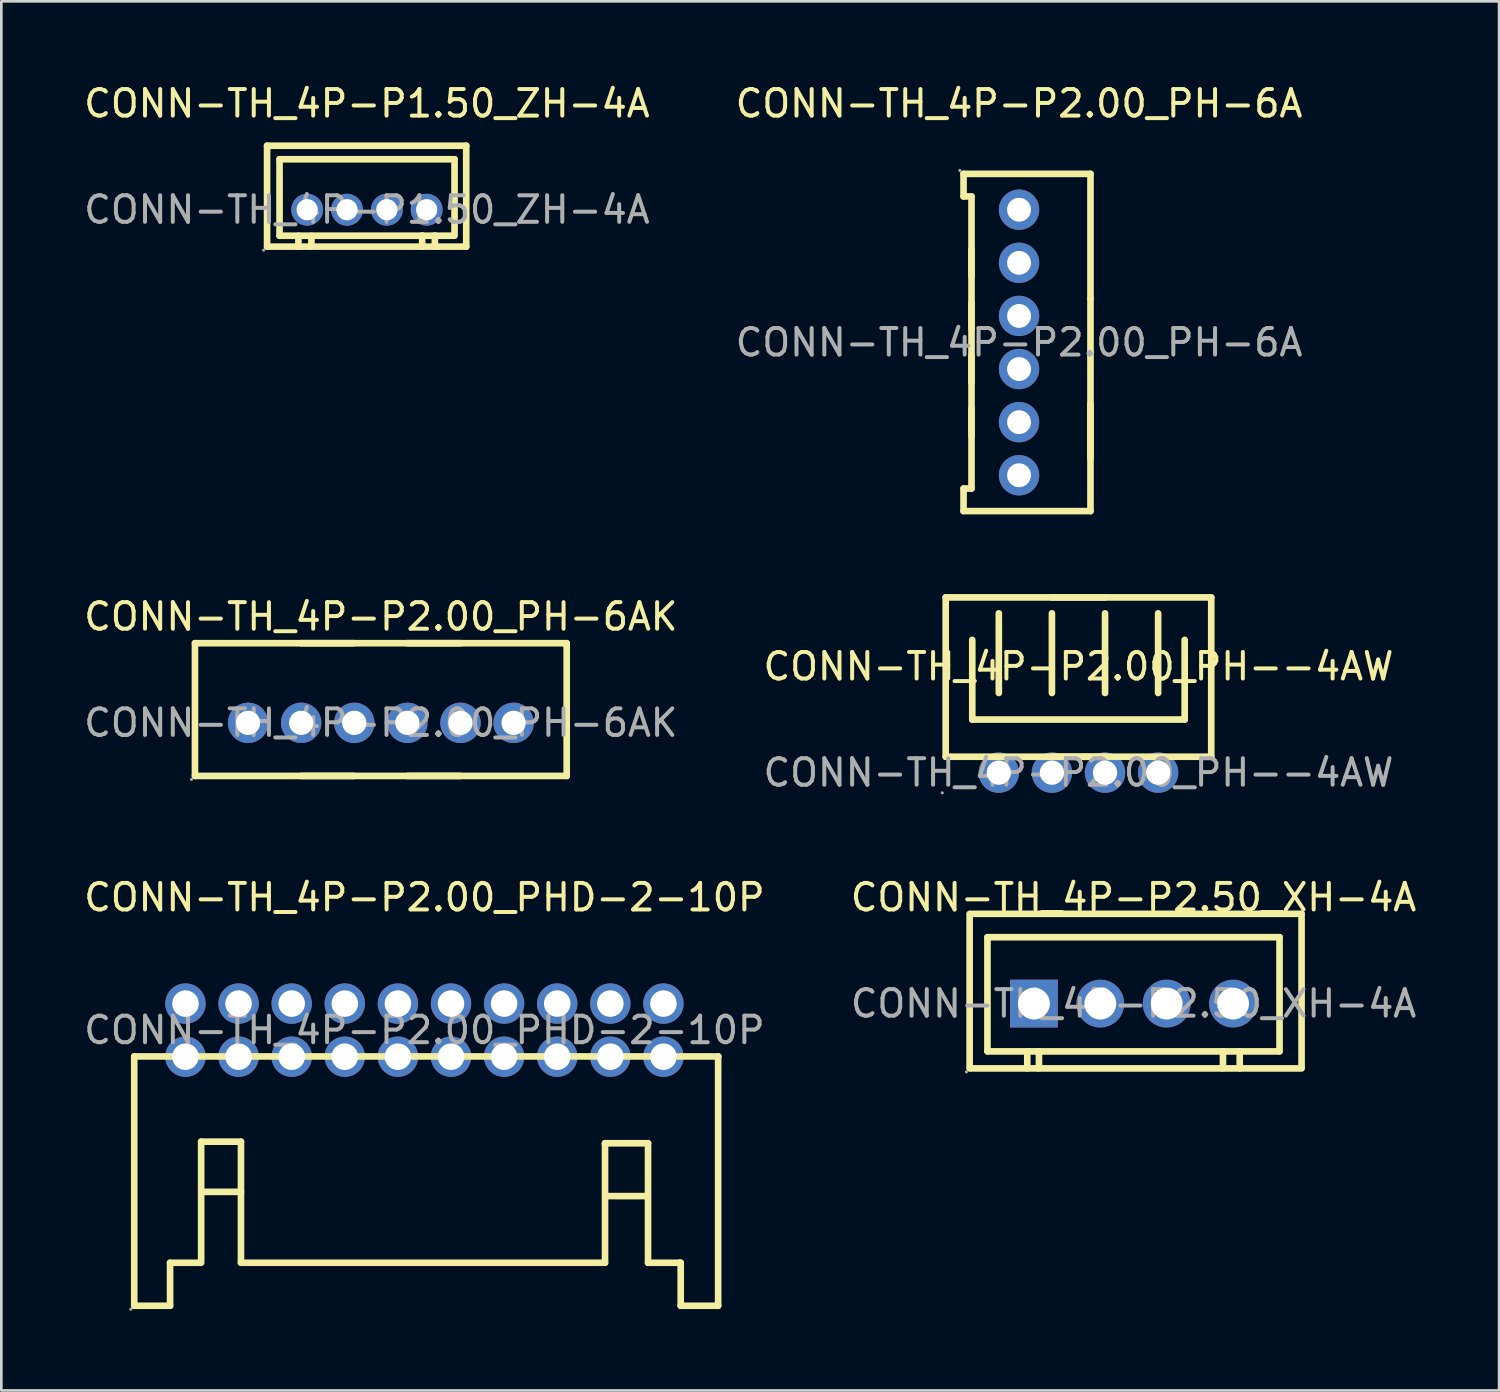
<source format=kicad_pcb>
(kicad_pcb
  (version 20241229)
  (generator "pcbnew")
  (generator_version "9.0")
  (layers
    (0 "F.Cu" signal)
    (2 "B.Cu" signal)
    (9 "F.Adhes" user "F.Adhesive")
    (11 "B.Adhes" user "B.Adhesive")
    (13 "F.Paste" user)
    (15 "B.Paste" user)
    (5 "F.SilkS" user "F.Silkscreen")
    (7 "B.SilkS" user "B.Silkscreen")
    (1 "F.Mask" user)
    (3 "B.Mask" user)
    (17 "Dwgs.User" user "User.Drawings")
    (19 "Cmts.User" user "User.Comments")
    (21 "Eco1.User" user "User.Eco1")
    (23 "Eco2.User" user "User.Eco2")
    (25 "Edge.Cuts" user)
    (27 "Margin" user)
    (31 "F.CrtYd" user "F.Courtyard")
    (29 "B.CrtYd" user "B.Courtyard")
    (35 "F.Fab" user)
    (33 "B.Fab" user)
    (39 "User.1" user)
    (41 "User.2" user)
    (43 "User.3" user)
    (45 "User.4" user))
  (footprint "CONN-TH_4P-P2.00_PH--4AW"
    (layer "F.Cu")
    (at 37.565 26.048)
    (property "Reference" "CONN-TH_4P-P2.00_PH--4AW" (at 0 -4 0) (layer "F.SilkS") (effects (font (size 1 1) (thickness 0.15))))
    (attr through_hole)
    (fp_line (start -5 -6.6) (end 1 -6.6) (stroke (width 0.25) (type solid)) (layer "F.SilkS"))
    (fp_line (start -5 -0.6) (end -5 -6.6) (stroke (width 0.25) (type solid)) (layer "F.SilkS"))
    (fp_line (start -5 -0.6) (end 1 -0.6) (stroke (width 0.25) (type solid)) (layer "F.SilkS"))
    (fp_line (start -4 -5) (end -4 -2) (stroke (width 0.25) (type solid)) (layer "F.SilkS"))
    (fp_line (start -4 -2) (end 4 -2) (stroke (width 0.25) (type solid)) (layer "F.SilkS"))
    (fp_line (start -3 -3) (end -3 -6) (stroke (width 0.25) (type solid)) (layer "F.SilkS"))
    (fp_line (start -1 -6.6) (end 5 -6.6) (stroke (width 0.25) (type solid)) (layer "F.SilkS"))
    (fp_line (start -1 -6) (end -1 -3) (stroke (width 0.25) (type solid)) (layer "F.SilkS"))
    (fp_line (start -1 -0.6) (end 5 -0.6) (stroke (width 0.25) (type solid)) (layer "F.SilkS"))
    (fp_line (start 1 -3) (end 1 -6) (stroke (width 0.25) (type solid)) (layer "F.SilkS"))
    (fp_line (start 3 -6) (end 3 -3) (stroke (width 0.25) (type solid)) (layer "F.SilkS"))
    (fp_line (start 4 -2) (end 4 -5) (stroke (width 0.25) (type solid)) (layer "F.SilkS"))
    (fp_line (start 5 -0.6) (end 5 -6.6) (stroke (width 0.25) (type solid)) (layer "F.SilkS"))
    (fp_circle (center -5.13 0.76) (end -5.1 0.76) (stroke (width 0.06) (type solid)) (fill no) (layer "F.Fab"))
    (fp_circle (center -3 0) (end -2.82 0) (stroke (width 0.36) (type solid)) (fill no) (layer "F.Fab"))
    (fp_circle (center -1 0) (end -0.82 0) (stroke (width 0.36) (type solid)) (fill no) (layer "F.Fab"))
    (fp_circle (center 1 0) (end 1.18 0) (stroke (width 0.36) (type solid)) (fill no) (layer "F.Fab"))
    (fp_circle (center 3 0) (end 3.18 0) (stroke (width 0.36) (type solid)) (fill no) (layer "F.Fab"))
    (fp_text user "${REFERENCE}" (at 0 0 0) (layer "F.Fab") (effects (font (size 1 1) (thickness 0.15))))
    (pad "1" thru_hole circle (at -3 0) (size 1.52 1.52) (drill 0.914) (layers "*.Cu" "*.Paste" "*.Mask"))
    (pad "2" thru_hole circle (at -1 0) (size 1.52 1.52) (drill 0.914) (layers "*.Cu" "*.Paste" "*.Mask"))
    (pad "3" thru_hole circle (at 1 0) (size 1.52 1.52) (drill 0.914) (layers "*.Cu" "*.Paste" "*.Mask"))
    (pad "4" thru_hole circle (at 3 0) (size 1.52 1.52) (drill 0.914) (layers "*.Cu" "*.Paste" "*.Mask")))
  (footprint "CONN-TH_4P-P2.50_XH-4A"
    (layer "F.Cu")
    (at 39.637 34.745)
    (property "Reference" "CONN-TH_4P-P2.50_XH-4A" (at 0 -4 0) (layer "F.SilkS") (effects (font (size 1 1) (thickness 0.15))))
    (attr through_hole)
    (fp_line (start -6.17 -3.37) (end -6.17 2.43) (stroke (width 0.25) (type solid)) (layer "F.SilkS"))
    (fp_line (start -6.16 -3.38) (end 6.33 -3.38) (stroke (width 0.25) (type solid)) (layer "F.SilkS"))
    (fp_line (start -6.16 2.44) (end 6.33 2.44) (stroke (width 0.25) (type solid)) (layer "F.SilkS"))
    (fp_line (start -5.5 -2.5) (end -5.5 1.8) (stroke (width 0.25) (type solid)) (layer "F.SilkS"))
    (fp_line (start -5.5 1.8) (end 5.5 1.8) (stroke (width 0.25) (type solid)) (layer "F.SilkS"))
    (fp_line (start -4 1.8) (end -4 2.44) (stroke (width 0.25) (type solid)) (layer "F.SilkS"))
    (fp_line (start -3.56 1.8) (end -3.56 2.44) (stroke (width 0.25) (type solid)) (layer "F.SilkS"))
    (fp_line (start 3.37 1.8) (end 3.37 2.44) (stroke (width 0.25) (type solid)) (layer "F.SilkS"))
    (fp_line (start 4 1.8) (end 4 2.44) (stroke (width 0.25) (type solid)) (layer "F.SilkS"))
    (fp_line (start 5.5 -2.5) (end -5.5 -2.5) (stroke (width 0.25) (type solid)) (layer "F.SilkS"))
    (fp_line (start 5.5 1.8) (end 5.5 -2.5) (stroke (width 0.25) (type solid)) (layer "F.SilkS"))
    (fp_line (start 6.33 -3.38) (end 6.33 2.41) (stroke (width 0.25) (type solid)) (layer "F.SilkS"))
    (fp_circle (center -6.29 2.57) (end -6.26 2.57) (stroke (width 0.06) (type solid)) (fill no) (layer "F.Fab"))
    (fp_circle (center -3.75 0) (end -3.5 0) (stroke (width 0.5) (type solid)) (fill no) (layer "F.Fab"))
    (fp_circle (center -1.25 0) (end -1 0) (stroke (width 0.5) (type solid)) (fill no) (layer "F.Fab"))
    (fp_circle (center 1.25 0) (end 1.5 0) (stroke (width 0.5) (type solid)) (fill no) (layer "F.Fab"))
    (fp_circle (center 3.75 0) (end 4 0) (stroke (width 0.5) (type solid)) (fill no) (layer "F.Fab"))
    (fp_text user "${REFERENCE}" (at 0 0 0) (layer "F.Fab") (effects (font (size 1 1) (thickness 0.15))))
    (pad "1" thru_hole rect (at -3.75 0) (size 1.8 1.8) (drill 1.199) (layers "*.Cu" "*.Paste" "*.Mask"))
    (pad "2" thru_hole circle (at -1.25 0) (size 1.8 1.8) (drill 1.199) (layers "*.Cu" "*.Paste" "*.Mask"))
    (pad "3" thru_hole circle (at 1.25 0) (size 1.8 1.8) (drill 1.199) (layers "*.Cu" "*.Paste" "*.Mask"))
    (pad "4" thru_hole circle (at 3.75 0) (size 1.8 1.8) (drill 1.199) (layers "*.Cu" "*.Paste" "*.Mask")))
  (footprint "CONN-TH_4P-P2.00_PHD-2-10P"
    (layer "F.Cu")
    (at 12.935 35.745)
    (property "Reference" "CONN-TH_4P-P2.00_PHD-2-10P" (at 0 -5 0) (layer "F.SilkS") (effects (font (size 1 1) (thickness 0.15))))
    (attr through_hole)
    (fp_line (start -10.93 0.99) (end -10.93 10.38) (stroke (width 0.25) (type solid)) (layer "F.SilkS"))
    (fp_line (start -10.93 0.99) (end 11.07 0.99) (stroke (width 0.25) (type solid)) (layer "F.SilkS"))
    (fp_line (start -10.93 10.38) (end -9.58 10.38) (stroke (width 0.25) (type solid)) (layer "F.SilkS"))
    (fp_line (start -9.58 8.76) (end -8.44 8.76) (stroke (width 0.25) (type solid)) (layer "F.SilkS"))
    (fp_line (start -9.58 10.38) (end -9.58 8.76) (stroke (width 0.25) (type solid)) (layer "F.SilkS"))
    (fp_line (start -8.41 4.2) (end -6.91 4.2) (stroke (width 0.25) (type solid)) (layer "F.SilkS"))
    (fp_line (start -8.41 6.09) (end -6.91 6.09) (stroke (width 0.25) (type solid)) (layer "F.SilkS"))
    (fp_line (start -8.41 8.76) (end -8.41 4.2) (stroke (width 0.25) (type solid)) (layer "F.SilkS"))
    (fp_line (start -6.91 4.2) (end -6.91 8.76) (stroke (width 0.25) (type solid)) (layer "F.SilkS"))
    (fp_line (start -6.91 8.76) (end 6.8 8.76) (stroke (width 0.25) (type solid)) (layer "F.SilkS"))
    (fp_line (start 6.8 4.26) (end 6.83 4.26) (stroke (width 0.25) (type solid)) (layer "F.SilkS"))
    (fp_line (start 6.8 4.29) (end 6.8 4.26) (stroke (width 0.25) (type solid)) (layer "F.SilkS"))
    (fp_line (start 6.8 8.76) (end 6.8 4.29) (stroke (width 0.25) (type solid)) (layer "F.SilkS"))
    (fp_line (start 6.83 4.26) (end 8.42 4.26) (stroke (width 0.25) (type solid)) (layer "F.SilkS"))
    (fp_line (start 6.85 6.25) (end 8.38 6.25) (stroke (width 0.25) (type solid)) (layer "F.SilkS"))
    (fp_line (start 8.42 4.26) (end 8.42 8.76) (stroke (width 0.25) (type solid)) (layer "F.SilkS"))
    (fp_line (start 8.42 8.76) (end 9.62 8.76) (stroke (width 0.25) (type solid)) (layer "F.SilkS"))
    (fp_line (start 9.62 8.76) (end 9.65 8.76) (stroke (width 0.25) (type solid)) (layer "F.SilkS"))
    (fp_line (start 9.65 8.76) (end 9.65 10.38) (stroke (width 0.25) (type solid)) (layer "F.SilkS"))
    (fp_line (start 9.65 10.38) (end 11 10.38) (stroke (width 0.25) (type solid)) (layer "F.SilkS"))
    (fp_line (start 11 10.38) (end 11.06 10.38) (stroke (width 0.25) (type solid)) (layer "F.SilkS"))
    (fp_line (start 11.06 0.99) (end 11.06 10.38) (stroke (width 0.25) (type solid)) (layer "F.SilkS"))
    (fp_circle (center -11.06 10.51) (end -11.03 10.51) (stroke (width 0.06) (type solid)) (fill no) (layer "F.Fab"))
    (fp_circle (center -9 -1) (end -8.8 -1) (stroke (width 0.4) (type solid)) (fill no) (layer "F.Fab"))
    (fp_circle (center -9 1) (end -8.8 1) (stroke (width 0.4) (type solid)) (fill no) (layer "F.Fab"))
    (fp_circle (center -7 -1) (end -6.8 -1) (stroke (width 0.4) (type solid)) (fill no) (layer "F.Fab"))
    (fp_circle (center -7 1) (end -6.8 1) (stroke (width 0.4) (type solid)) (fill no) (layer "F.Fab"))
    (fp_circle (center -5 -1) (end -4.8 -1) (stroke (width 0.4) (type solid)) (fill no) (layer "F.Fab"))
    (fp_circle (center -5 1) (end -4.8 1) (stroke (width 0.4) (type solid)) (fill no) (layer "F.Fab"))
    (fp_circle (center -3 -1) (end -2.8 -1) (stroke (width 0.4) (type solid)) (fill no) (layer "F.Fab"))
    (fp_circle (center -3 1) (end -2.8 1) (stroke (width 0.4) (type solid)) (fill no) (layer "F.Fab"))
    (fp_circle (center -1 -1) (end -0.8 -1) (stroke (width 0.4) (type solid)) (fill no) (layer "F.Fab"))
    (fp_circle (center -1 1) (end -0.8 1) (stroke (width 0.4) (type solid)) (fill no) (layer "F.Fab"))
    (fp_circle (center 1 -1) (end 1.2 -1) (stroke (width 0.4) (type solid)) (fill no) (layer "F.Fab"))
    (fp_circle (center 1 1) (end 1.2 1) (stroke (width 0.4) (type solid)) (fill no) (layer "F.Fab"))
    (fp_circle (center 3 -1) (end 3.2 -1) (stroke (width 0.4) (type solid)) (fill no) (layer "F.Fab"))
    (fp_circle (center 3 1) (end 3.2 1) (stroke (width 0.4) (type solid)) (fill no) (layer "F.Fab"))
    (fp_circle (center 5 -1) (end 5.2 -1) (stroke (width 0.4) (type solid)) (fill no) (layer "F.Fab"))
    (fp_circle (center 5 1) (end 5.2 1) (stroke (width 0.4) (type solid)) (fill no) (layer "F.Fab"))
    (fp_circle (center 7 -1) (end 7.2 -1) (stroke (width 0.4) (type solid)) (fill no) (layer "F.Fab"))
    (fp_circle (center 7 1) (end 7.2 1) (stroke (width 0.4) (type solid)) (fill no) (layer "F.Fab"))
    (fp_circle (center 9 -1) (end 9.2 -1) (stroke (width 0.4) (type solid)) (fill no) (layer "F.Fab"))
    (fp_circle (center 9 1) (end 9.2 1) (stroke (width 0.4) (type solid)) (fill no) (layer "F.Fab"))
    (fp_text user "${REFERENCE}" (at 0 0 0) (layer "F.Fab") (effects (font (size 1 1) (thickness 0.15))))
    (pad "1" thru_hole circle (at -9 1) (size 1.52 1.52) (drill 1) (layers "*.Cu" "*.Paste" "*.Mask"))
    (pad "2" thru_hole circle (at -9 -1) (size 1.52 1.52) (drill 1) (layers "*.Cu" "*.Paste" "*.Mask"))
    (pad "3" thru_hole circle (at -7 1) (size 1.52 1.52) (drill 1) (layers "*.Cu" "*.Paste" "*.Mask"))
    (pad "4" thru_hole circle (at -7 -1) (size 1.52 1.52) (drill 1) (layers "*.Cu" "*.Paste" "*.Mask"))
    (pad "5" thru_hole circle (at -5 1) (size 1.52 1.52) (drill 1) (layers "*.Cu" "*.Paste" "*.Mask"))
    (pad "6" thru_hole circle (at -5 -1) (size 1.52 1.52) (drill 1) (layers "*.Cu" "*.Paste" "*.Mask"))
    (pad "7" thru_hole circle (at -3 1) (size 1.52 1.52) (drill 1) (layers "*.Cu" "*.Paste" "*.Mask"))
    (pad "8" thru_hole circle (at -3 -1) (size 1.52 1.52) (drill 1) (layers "*.Cu" "*.Paste" "*.Mask"))
    (pad "9" thru_hole circle (at -1 1) (size 1.52 1.52) (drill 1) (layers "*.Cu" "*.Paste" "*.Mask"))
    (pad "10" thru_hole circle (at -1 -1) (size 1.52 1.52) (drill 1) (layers "*.Cu" "*.Paste" "*.Mask"))
    (pad "11" thru_hole circle (at 1 1) (size 1.52 1.52) (drill 1) (layers "*.Cu" "*.Paste" "*.Mask"))
    (pad "12" thru_hole circle (at 1 -1) (size 1.52 1.52) (drill 1) (layers "*.Cu" "*.Paste" "*.Mask"))
    (pad "13" thru_hole circle (at 3 1) (size 1.52 1.52) (drill 1) (layers "*.Cu" "*.Paste" "*.Mask"))
    (pad "14" thru_hole circle (at 3 -1) (size 1.52 1.52) (drill 1) (layers "*.Cu" "*.Paste" "*.Mask"))
    (pad "15" thru_hole circle (at 5 1) (size 1.52 1.52) (drill 1) (layers "*.Cu" "*.Paste" "*.Mask"))
    (pad "16" thru_hole circle (at 5 -1) (size 1.52 1.52) (drill 1) (layers "*.Cu" "*.Paste" "*.Mask"))
    (pad "17" thru_hole circle (at 7 1) (size 1.52 1.52) (drill 1) (layers "*.Cu" "*.Paste" "*.Mask"))
    (pad "18" thru_hole circle (at 7 -1) (size 1.52 1.52) (drill 1) (layers "*.Cu" "*.Paste" "*.Mask"))
    (pad "19" thru_hole circle (at 9 1) (size 1.52 1.52) (drill 1) (layers "*.Cu" "*.Paste" "*.Mask"))
    (pad "20" thru_hole circle (at 9 -1) (size 1.52 1.52) (drill 1) (layers "*.Cu" "*.Paste" "*.Mask")))
  (footprint "CONN-TH_4P-P2.00_PH-6A"
    (layer "F.Cu")
    (at 35.327 9.848)
    (property "Reference" "CONN-TH_4P-P2.00_PH-6A" (at 0 -9 0) (layer "F.SilkS") (effects (font (size 1 1) (thickness 0.15))))
    (attr through_hole)
    (fp_line (start -2.09 -6.35) (end -2.09 -5.5) (stroke (width 0.25) (type solid)) (layer "F.SilkS"))
    (fp_line (start -2.09 -5.5) (end -1.79 -5.5) (stroke (width 0.25) (type solid)) (layer "F.SilkS"))
    (fp_line (start -2.09 5.5) (end -2.09 6.35) (stroke (width 0.25) (type solid)) (layer "F.SilkS"))
    (fp_line (start -2.09 6.35) (end 2.69 6.35) (stroke (width 0.25) (type solid)) (layer "F.SilkS"))
    (fp_line (start -1.79 -5.5) (end -1.79 -2.5) (stroke (width 0.25) (type solid)) (layer "F.SilkS"))
    (fp_line (start -1.79 -0.5) (end -1.79 -3.5) (stroke (width 0.25) (type solid)) (layer "F.SilkS"))
    (fp_line (start -1.79 1.5) (end -1.79 -1.5) (stroke (width 0.25) (type solid)) (layer "F.SilkS"))
    (fp_line (start -1.79 2.5) (end -1.79 5.5) (stroke (width 0.25) (type solid)) (layer "F.SilkS"))
    (fp_line (start -1.79 3.5) (end -1.79 0.5) (stroke (width 0.25) (type solid)) (layer "F.SilkS"))
    (fp_line (start -1.79 5.5) (end -2.09 5.5) (stroke (width 0.25) (type solid)) (layer "F.SilkS"))
    (fp_line (start 2.69 -6.35) (end -2.09 -6.35) (stroke (width 0.25) (type solid)) (layer "F.SilkS"))
    (fp_line (start 2.69 -1.65) (end 2.69 -6.35) (stroke (width 0.25) (type solid)) (layer "F.SilkS"))
    (fp_line (start 2.69 0.35) (end 2.69 -1.65) (stroke (width 0.25) (type solid)) (layer "F.SilkS"))
    (fp_line (start 2.69 2.35) (end 2.69 0.35) (stroke (width 0.25) (type solid)) (layer "F.SilkS"))
    (fp_line (start 2.69 4.35) (end 2.69 2.35) (stroke (width 0.25) (type solid)) (layer "F.SilkS"))
    (fp_line (start 2.69 4.35) (end 2.69 2.35) (stroke (width 0.25) (type solid)) (layer "F.SilkS"))
    (fp_line (start 2.69 6.35) (end 2.69 4.35) (stroke (width 0.25) (type solid)) (layer "F.SilkS"))
    (fp_circle (center -2.23 -6.48) (end -2.2 -6.48) (stroke (width 0.06) (type solid)) (fill no) (layer "F.Fab"))
    (fp_circle (center 0 -5) (end 0.18 -5) (stroke (width 0.35) (type solid)) (fill no) (layer "F.Fab"))
    (fp_circle (center 0 -3) (end 0.18 -3) (stroke (width 0.35) (type solid)) (fill no) (layer "F.Fab"))
    (fp_circle (center 0 -1) (end 0.18 -1) (stroke (width 0.35) (type solid)) (fill no) (layer "F.Fab"))
    (fp_circle (center 0 1) (end 0.18 1) (stroke (width 0.35) (type solid)) (fill no) (layer "F.Fab"))
    (fp_circle (center 0 3) (end 0.18 3) (stroke (width 0.35) (type solid)) (fill no) (layer "F.Fab"))
    (fp_circle (center 0 5) (end 0.18 5) (stroke (width 0.35) (type solid)) (fill no) (layer "F.Fab"))
    (fp_text user "${REFERENCE}" (at 0 0 0) (layer "F.Fab") (effects (font (size 1 1) (thickness 0.15))))
    (pad "1" thru_hole circle (at 0 -5 270) (size 1.52 1.52) (drill 0.9) (layers "*.Cu" "*.Paste" "*.Mask"))
    (pad "2" thru_hole circle (at 0 -3 270) (size 1.52 1.52) (drill 0.9) (layers "*.Cu" "*.Paste" "*.Mask"))
    (pad "3" thru_hole circle (at 0 -1 270) (size 1.52 1.52) (drill 0.9) (layers "*.Cu" "*.Paste" "*.Mask"))
    (pad "4" thru_hole circle (at 0 1 270) (size 1.52 1.52) (drill 0.9) (layers "*.Cu" "*.Paste" "*.Mask"))
    (pad "5" thru_hole circle (at 0 3 270) (size 1.52 1.52) (drill 0.9) (layers "*.Cu" "*.Paste" "*.Mask"))
    (pad "6" thru_hole circle (at 0 5 270) (size 1.52 1.52) (drill 0.9) (layers "*.Cu" "*.Paste" "*.Mask")))
  (footprint "CONN-TH_4P-P2.00_PH-6AK"
    (layer "F.Cu")
    (at 11.292 24.172)
    (property "Reference" "CONN-TH_4P-P2.00_PH-6AK" (at 0 -4 0) (layer "F.SilkS") (effects (font (size 1 1) (thickness 0.15))))
    (attr through_hole)
    (fp_line (start -7 -3) (end -1 -3) (stroke (width 0.25) (type solid)) (layer "F.SilkS"))
    (fp_line (start -7 2) (end -7 -3) (stroke (width 0.25) (type solid)) (layer "F.SilkS"))
    (fp_line (start -7 2) (end -1 2) (stroke (width 0.25) (type solid)) (layer "F.SilkS"))
    (fp_line (start -3 -3) (end 3 -3) (stroke (width 0.25) (type solid)) (layer "F.SilkS"))
    (fp_line (start -3 2) (end 3 2) (stroke (width 0.25) (type solid)) (layer "F.SilkS"))
    (fp_line (start 1 -3) (end 7 -3) (stroke (width 0.25) (type solid)) (layer "F.SilkS"))
    (fp_line (start 1 2) (end 7 2) (stroke (width 0.25) (type solid)) (layer "F.SilkS"))
    (fp_line (start 7 2) (end 7 -3) (stroke (width 0.25) (type solid)) (layer "F.SilkS"))
    (fp_circle (center -7.13 2.13) (end -7.1 2.13) (stroke (width 0.06) (type solid)) (fill no) (layer "F.Fab"))
    (fp_circle (center -5 0) (end -4.82 0) (stroke (width 0.36) (type solid)) (fill no) (layer "F.Fab"))
    (fp_circle (center -3 0) (end -2.82 0) (stroke (width 0.36) (type solid)) (fill no) (layer "F.Fab"))
    (fp_circle (center -1 0) (end -0.82 0) (stroke (width 0.36) (type solid)) (fill no) (layer "F.Fab"))
    (fp_circle (center 1 0) (end 1.18 0) (stroke (width 0.36) (type solid)) (fill no) (layer "F.Fab"))
    (fp_circle (center 3 0) (end 3.18 0) (stroke (width 0.36) (type solid)) (fill no) (layer "F.Fab"))
    (fp_circle (center 5 0) (end 5.18 0) (stroke (width 0.36) (type solid)) (fill no) (layer "F.Fab"))
    (fp_text user "${REFERENCE}" (at 0 0 0) (layer "F.Fab") (effects (font (size 1 1) (thickness 0.15))))
    (pad "1" thru_hole circle (at -5 0) (size 1.52 1.52) (drill 0.914) (layers "*.Cu" "*.Paste" "*.Mask"))
    (pad "2" thru_hole circle (at -3 0) (size 1.52 1.52) (drill 0.914) (layers "*.Cu" "*.Paste" "*.Mask"))
    (pad "3" thru_hole circle (at -1 0) (size 1.52 1.52) (drill 0.914) (layers "*.Cu" "*.Paste" "*.Mask"))
    (pad "4" thru_hole circle (at 1 0) (size 1.52 1.52) (drill 0.914) (layers "*.Cu" "*.Paste" "*.Mask"))
    (pad "5" thru_hole circle (at 3 0) (size 1.52 1.52) (drill 0.914) (layers "*.Cu" "*.Paste" "*.Mask"))
    (pad "6" thru_hole circle (at 5 0) (size 1.52 1.52) (drill 0.914) (layers "*.Cu" "*.Paste" "*.Mask")))
  (footprint "CONN-TH_4P-P1.50_ZH-4A"
    (layer "F.Cu")
    (at 10.768 4.848)
    (property "Reference" "CONN-TH_4P-P1.50_ZH-4A" (at 0 -4 0) (layer "F.SilkS") (effects (font (size 1 1) (thickness 0.15))))
    (attr through_hole)
    (fp_line (start -3.76 -2.41) (end -3.76 1.39) (stroke (width 0.25) (type solid)) (layer "F.SilkS"))
    (fp_line (start -3.76 -2.41) (end 3.74 -2.41) (stroke (width 0.25) (type solid)) (layer "F.SilkS"))
    (fp_line (start -3.29 -1.9) (end 3.3 -1.9) (stroke (width 0.25) (type solid)) (layer "F.SilkS"))
    (fp_line (start -3.29 0.98) (end -3.29 -1.9) (stroke (width 0.25) (type solid)) (layer "F.SilkS"))
    (fp_line (start -3.29 0.98) (end 3.27 0.98) (stroke (width 0.25) (type solid)) (layer "F.SilkS"))
    (fp_line (start -2.58 0.98) (end -2.58 1.39) (stroke (width 0.25) (type solid)) (layer "F.SilkS"))
    (fp_line (start -2.09 0.98) (end -2.09 1.39) (stroke (width 0.25) (type solid)) (layer "F.SilkS"))
    (fp_line (start 2.08 0.97) (end 2.08 1.39) (stroke (width 0.25) (type solid)) (layer "F.SilkS"))
    (fp_line (start 2.56 0.97) (end 2.56 1.39) (stroke (width 0.25) (type solid)) (layer "F.SilkS"))
    (fp_line (start 3.3 -1.9) (end 3.3 0.98) (stroke (width 0.25) (type solid)) (layer "F.SilkS"))
    (fp_line (start 3.74 1.39) (end -3.76 1.39) (stroke (width 0.25) (type solid)) (layer "F.SilkS"))
    (fp_line (start 3.74 1.39) (end 3.74 -2.41) (stroke (width 0.25) (type solid)) (layer "F.SilkS"))
    (fp_circle (center -3.89 1.52) (end -3.86 1.52) (stroke (width 0.06) (type solid)) (fill no) (layer "F.Fab"))
    (fp_circle (center -2.25 0) (end -2.1 0) (stroke (width 0.3) (type solid)) (fill no) (layer "F.Fab"))
    (fp_circle (center -0.75 0) (end -0.6 0) (stroke (width 0.3) (type solid)) (fill no) (layer "F.Fab"))
    (fp_circle (center 0.75 0) (end 0.9 0) (stroke (width 0.3) (type solid)) (fill no) (layer "F.Fab"))
    (fp_circle (center 2.25 0) (end 2.4 0) (stroke (width 0.3) (type solid)) (fill no) (layer "F.Fab"))
    (fp_text user "${REFERENCE}" (at 0 0 0) (layer "F.Fab") (effects (font (size 1 1) (thickness 0.15))))
    (pad "1" thru_hole circle (at -2.25 0 180) (size 1.2 1.2) (drill 0.8) (layers "*.Cu" "*.Paste" "*.Mask"))
    (pad "2" thru_hole circle (at -0.75 0 180) (size 1.2 1.2) (drill 0.8) (layers "*.Cu" "*.Paste" "*.Mask"))
    (pad "3" thru_hole circle (at 0.75 0 180) (size 1.2 1.2) (drill 0.8) (layers "*.Cu" "*.Paste" "*.Mask"))
    (pad "4" thru_hole circle (at 2.25 0 180) (size 1.2 1.2) (drill 0.8) (layers "*.Cu" "*.Paste" "*.Mask")))
  (gr_rect
    (start -3 -3)
    (end 53.405 49.315)
    (stroke (width 0.1) (type default))
    (fill no)
    (layer "Edge.Cuts")))
</source>
